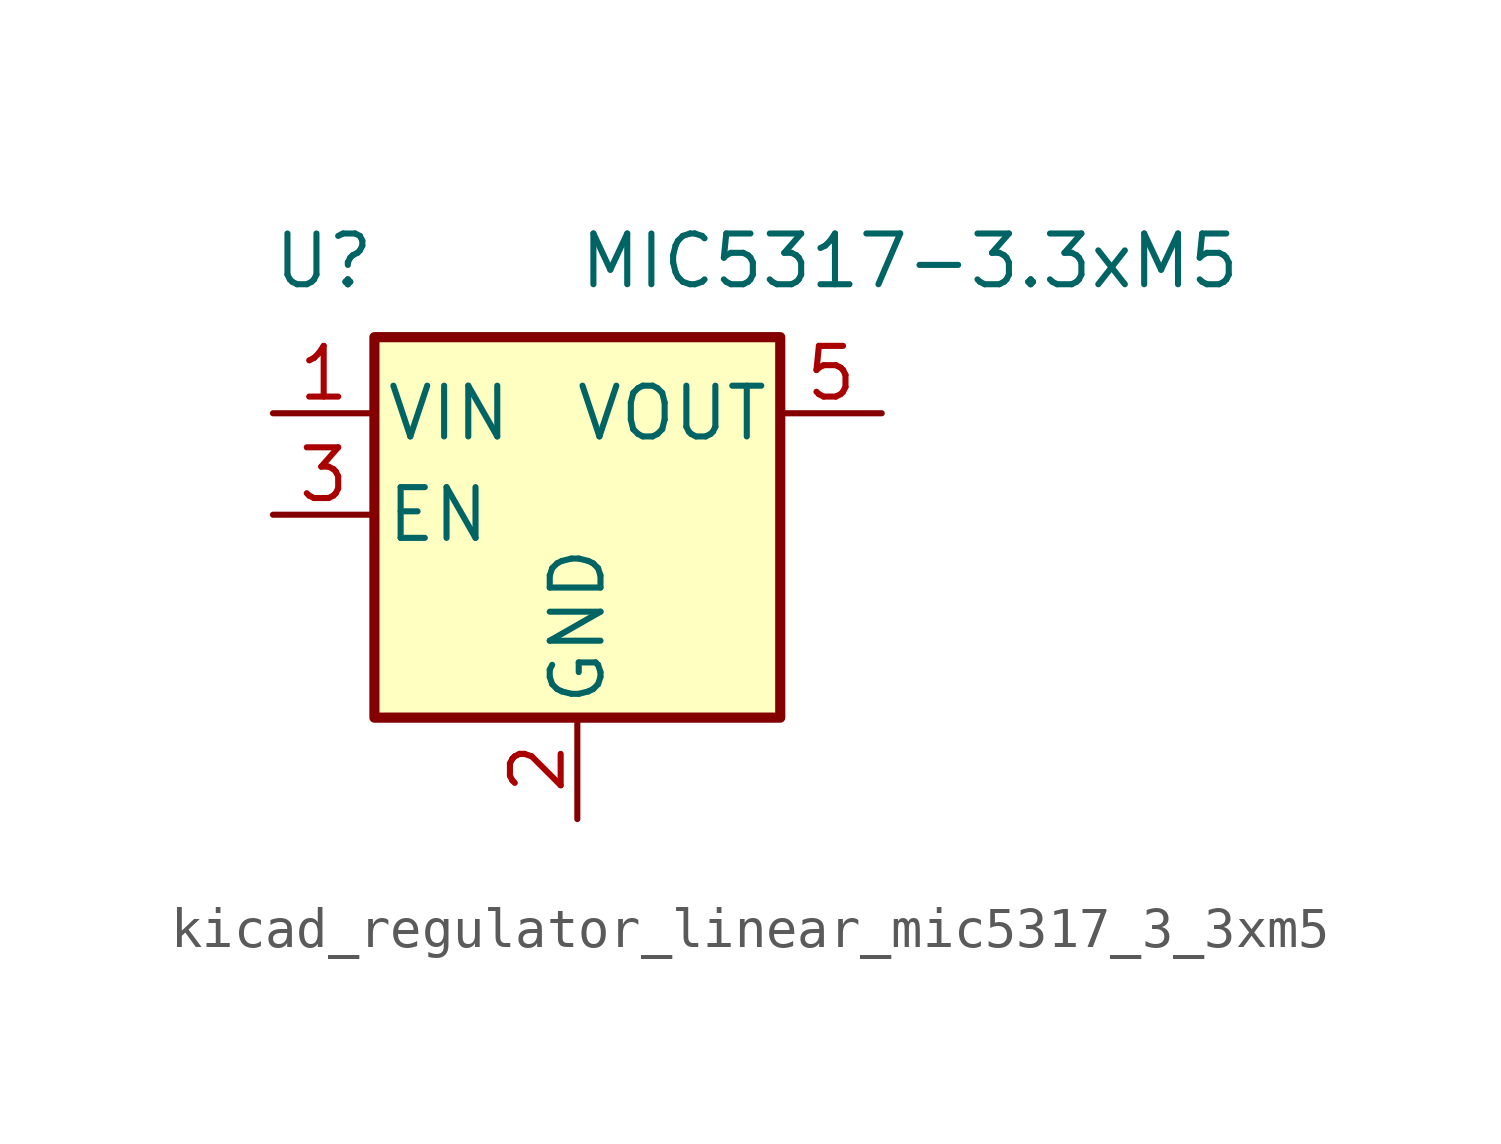
<source format=kicad_sym>
(kicad_symbol_lib
  (version 20220914)
  (generator kicad_symbol_editor)
  (symbol "kicad_regulator_linear_mic5317_3_3xm5"
    (pin_names
      (offset 0.254))
    (property "Reference" "U"
      (at -6.35 6.35 0)
      (effects (font (size 1.27 1.27))))
    (property "Value" "MIC5317-3.3xM5"
      (at 0 6.35 0)
      (effects (font (size 1.27 1.27)) (justify left)))
    (symbol "kicad_regulator_linear_mic5317_3_3xm5_0_1"
      (rectangle (start -5.08 4.445) (end 5.08 -5.08) (stroke (width 0.254) (type default)) (fill (type background))))
    (symbol "kicad_regulator_linear_mic5317_3_3xm5_1_1"
      (pin power_in line (at -7.62 2.54 0) (length 2.54) (name "VIN" (effects (font (size 1.27 1.27)))) (number "1" (effects (font (size 1.27 1.27)))))
      (pin power_in line (at 0 -7.62 90) (length 2.54) (name "GND" (effects (font (size 1.27 1.27)))) (number "2" (effects (font (size 1.27 1.27)))))
      (pin input line (at -7.62 0 0) (length 2.54) (name "EN" (effects (font (size 1.27 1.27)))) (number "3" (effects (font (size 1.27 1.27)))))
      (pin no_connect line (at 5.08 0 180) (length 2.54) hide (name "NC" (effects (font (size 1.27 1.27)))) (number "4" (effects (font (size 1.27 1.27)))))
      (pin power_out line (at 7.62 2.54 180) (length 2.54) (name "VOUT" (effects (font (size 1.27 1.27)))) (number "5" (effects (font (size 1.27 1.27))))))))
</source>
